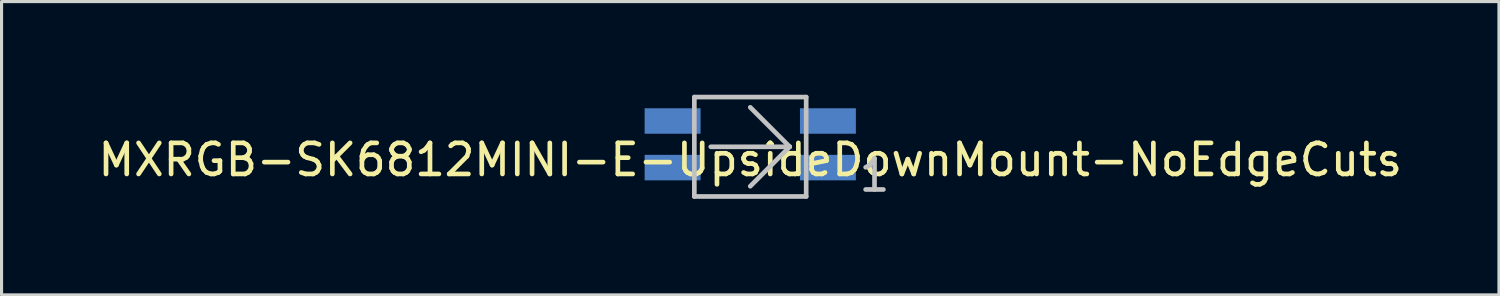
<source format=kicad_pcb>
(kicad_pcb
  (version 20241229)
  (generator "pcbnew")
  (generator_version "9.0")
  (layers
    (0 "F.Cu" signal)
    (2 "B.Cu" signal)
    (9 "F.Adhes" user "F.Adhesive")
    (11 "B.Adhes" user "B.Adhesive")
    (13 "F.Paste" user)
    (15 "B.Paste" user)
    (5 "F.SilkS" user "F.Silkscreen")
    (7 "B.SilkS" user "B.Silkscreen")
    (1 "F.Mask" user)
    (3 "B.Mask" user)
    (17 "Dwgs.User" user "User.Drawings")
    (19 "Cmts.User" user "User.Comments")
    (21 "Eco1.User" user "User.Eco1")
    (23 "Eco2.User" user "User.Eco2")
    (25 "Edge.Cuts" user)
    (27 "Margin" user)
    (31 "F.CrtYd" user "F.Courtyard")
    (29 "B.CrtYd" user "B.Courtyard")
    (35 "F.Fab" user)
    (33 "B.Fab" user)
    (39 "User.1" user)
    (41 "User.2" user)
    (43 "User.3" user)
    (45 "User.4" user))
  (footprint "MXRGB-SK6812MINI-E-UpsideDownMount-NoEdgeCuts"
    (layer "F.Cu")
    (at 21.101 1.595)
    (property "Reference" "MXRGB-SK6812MINI-E-UpsideDownMount-NoEdgeCuts" (at 0 0.5 0) (layer "F.SilkS") (effects (font (size 1 1) (thickness 0.15))))
    (attr through_hole)
    (fp_line (start -1.8 -1.52) (end -1.8 1.68) (stroke (width 0.15) (type solid)) (layer "Dwgs.User"))
    (fp_line (start -1.8 -1.52) (end 1.8 -1.52) (stroke (width 0.15) (type solid)) (layer "Dwgs.User"))
    (fp_line (start -1.27 0.08) (end 1.27 0.08) (stroke (width 0.15) (type solid)) (layer "Dwgs.User"))
    (fp_line (start 1.27 0.08) (end 0 -1.19) (stroke (width 0.15) (type solid)) (layer "Dwgs.User"))
    (fp_line (start 1.27 0.08) (end 0 1.35) (stroke (width 0.15) (type solid)) (layer "Dwgs.User"))
    (fp_line (start 1.8 -1.52) (end 1.8 1.68) (stroke (width 0.15) (type solid)) (layer "Dwgs.User"))
    (fp_line (start 1.8 1.68) (end -1.8 1.68) (stroke (width 0.15) (type solid)) (layer "Dwgs.User"))
    (fp_text user "1" (at 4 1 0) (layer "Dwgs.User") (effects (font (size 1 1) (thickness 0.15))))
    (pad "3" smd rect (at 2.5 0.75) (size 1.8 0.82) (layers "B.Cu" "B.Mask" "B.Paste"))
    (pad "4" smd rect (at 2.5 -0.75) (size 1.8 0.82) (layers "B.Cu" "B.Mask" "B.Paste"))
    (pad "5" smd rect (at -2.5 -0.75) (size 1.8 0.82) (layers "B.Cu" "B.Mask" "B.Paste"))
    (pad "6" smd rect (at -2.5 0.75) (size 1.8 0.82) (layers "B.Cu" "B.Mask" "B.Paste")))
  (gr_rect
    (start -3 -3)
    (end 45.202 6.443)
    (stroke (width 0.1) (type default))
    (fill no)
    (layer "Edge.Cuts")))
</source>
